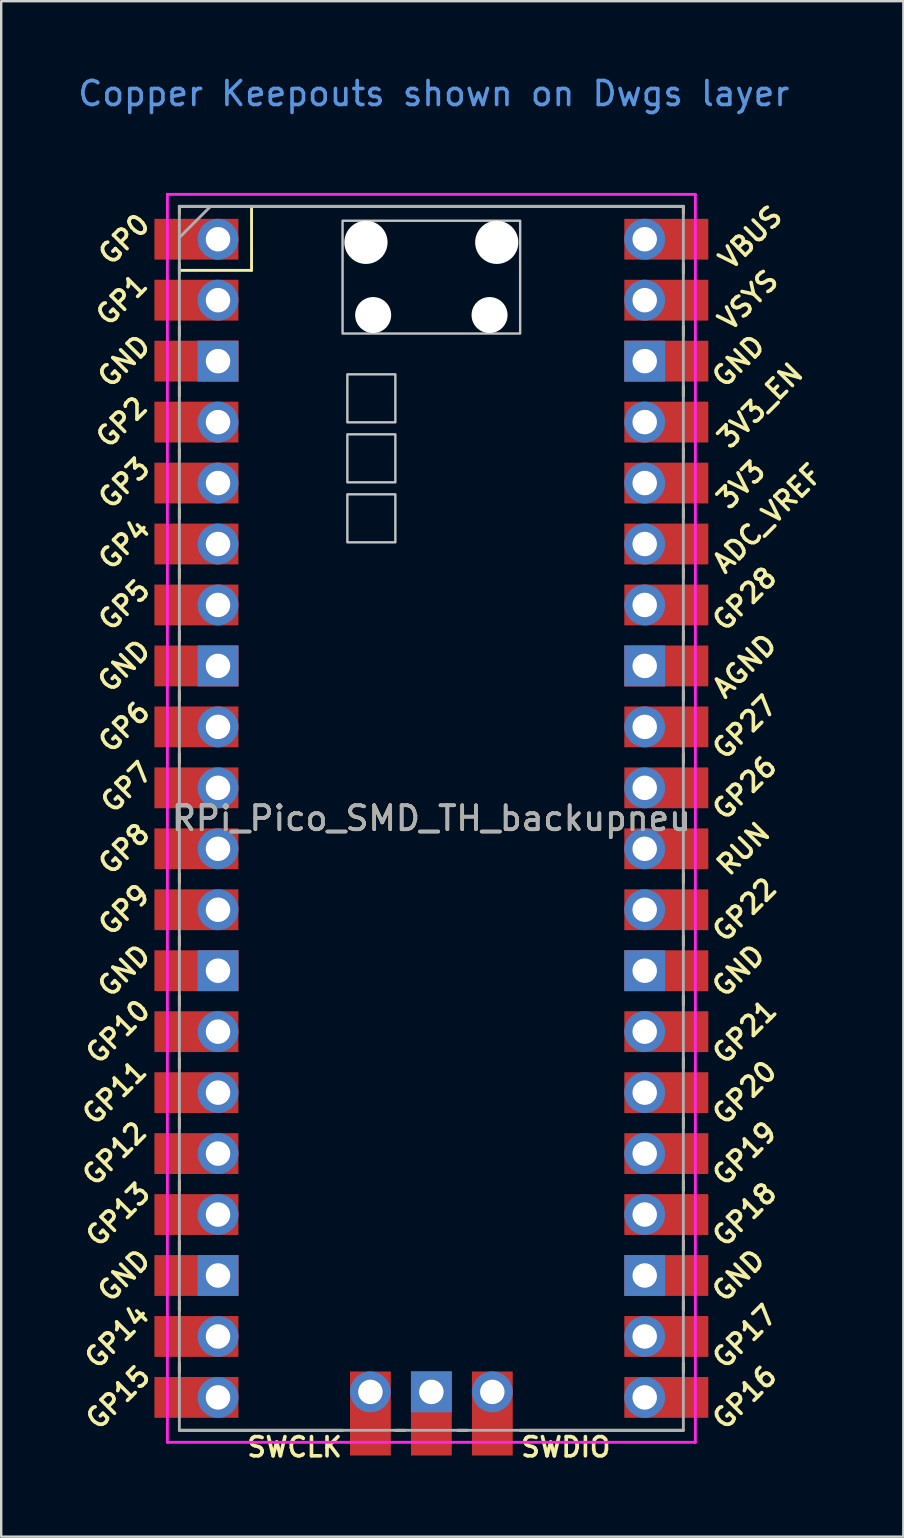
<source format=kicad_pcb>
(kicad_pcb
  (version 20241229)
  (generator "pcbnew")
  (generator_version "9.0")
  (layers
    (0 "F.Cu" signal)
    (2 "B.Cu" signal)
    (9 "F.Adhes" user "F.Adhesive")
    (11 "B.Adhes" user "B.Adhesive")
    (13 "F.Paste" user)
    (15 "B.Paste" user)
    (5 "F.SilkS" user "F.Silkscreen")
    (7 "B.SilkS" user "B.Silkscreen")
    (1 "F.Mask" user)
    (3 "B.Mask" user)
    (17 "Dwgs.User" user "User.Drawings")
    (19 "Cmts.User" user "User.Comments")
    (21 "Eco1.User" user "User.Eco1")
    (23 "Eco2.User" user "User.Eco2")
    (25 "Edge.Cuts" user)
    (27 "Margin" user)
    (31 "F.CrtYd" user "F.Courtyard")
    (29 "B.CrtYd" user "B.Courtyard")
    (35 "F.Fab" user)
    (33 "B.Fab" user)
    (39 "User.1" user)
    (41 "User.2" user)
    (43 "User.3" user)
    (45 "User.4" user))
  (footprint "RPi_Pico_SMD_TH_backupneu"
    (layer "F.Cu")
    (at 14.924 31.048)
    (property "Reference" "RPi_Pico_SMD_TH_backupneu" (at 0 0 0) (layer "F.SilkS") (effects (font (size 1 1) (thickness 0.15))))
    (attr through_hole)
    (fp_line (start -10.5 -25.5) (end -10.5 -25.2) (stroke (width 0.12) (type solid)) (layer "F.SilkS"))
    (fp_line (start -10.5 -25.5) (end 10.5 -25.5) (stroke (width 0.12) (type solid)) (layer "F.SilkS"))
    (fp_line (start -10.5 -23.1) (end -10.5 -22.7) (stroke (width 0.12) (type solid)) (layer "F.SilkS"))
    (fp_line (start -10.5 -22.833) (end -7.493 -22.833) (stroke (width 0.12) (type solid)) (layer "F.SilkS"))
    (fp_line (start -10.5 -20.5) (end -10.5 -20.1) (stroke (width 0.12) (type solid)) (layer "F.SilkS"))
    (fp_line (start -10.5 -18) (end -10.5 -17.6) (stroke (width 0.12) (type solid)) (layer "F.SilkS"))
    (fp_line (start -10.5 -15.4) (end -10.5 -15) (stroke (width 0.12) (type solid)) (layer "F.SilkS"))
    (fp_line (start -10.5 -12.9) (end -10.5 -12.5) (stroke (width 0.12) (type solid)) (layer "F.SilkS"))
    (fp_line (start -10.5 -10.4) (end -10.5 -10) (stroke (width 0.12) (type solid)) (layer "F.SilkS"))
    (fp_line (start -10.5 -7.8) (end -10.5 -7.4) (stroke (width 0.12) (type solid)) (layer "F.SilkS"))
    (fp_line (start -10.5 -5.3) (end -10.5 -4.9) (stroke (width 0.12) (type solid)) (layer "F.SilkS"))
    (fp_line (start -10.5 -2.7) (end -10.5 -2.3) (stroke (width 0.12) (type solid)) (layer "F.SilkS"))
    (fp_line (start -10.5 -0.2) (end -10.5 0.2) (stroke (width 0.12) (type solid)) (layer "F.SilkS"))
    (fp_line (start -10.5 2.3) (end -10.5 2.7) (stroke (width 0.12) (type solid)) (layer "F.SilkS"))
    (fp_line (start -10.5 4.9) (end -10.5 5.3) (stroke (width 0.12) (type solid)) (layer "F.SilkS"))
    (fp_line (start -10.5 7.4) (end -10.5 7.8) (stroke (width 0.12) (type solid)) (layer "F.SilkS"))
    (fp_line (start -10.5 10) (end -10.5 10.4) (stroke (width 0.12) (type solid)) (layer "F.SilkS"))
    (fp_line (start -10.5 12.5) (end -10.5 12.9) (stroke (width 0.12) (type solid)) (layer "F.SilkS"))
    (fp_line (start -10.5 15.1) (end -10.5 15.5) (stroke (width 0.12) (type solid)) (layer "F.SilkS"))
    (fp_line (start -10.5 17.6) (end -10.5 18) (stroke (width 0.12) (type solid)) (layer "F.SilkS"))
    (fp_line (start -10.5 20.1) (end -10.5 20.5) (stroke (width 0.12) (type solid)) (layer "F.SilkS"))
    (fp_line (start -10.5 22.7) (end -10.5 23.1) (stroke (width 0.12) (type solid)) (layer "F.SilkS"))
    (fp_line (start -7.493 -22.833) (end -7.493 -25.5) (stroke (width 0.12) (type solid)) (layer "F.SilkS"))
    (fp_line (start -3.7 25.5) (end -10.5 25.5) (stroke (width 0.12) (type solid)) (layer "F.SilkS"))
    (fp_line (start -1.5 25.5) (end -1.1 25.5) (stroke (width 0.12) (type solid)) (layer "F.SilkS"))
    (fp_line (start 1.1 25.5) (end 1.5 25.5) (stroke (width 0.12) (type solid)) (layer "F.SilkS"))
    (fp_line (start 10.5 -25.5) (end 10.5 -25.2) (stroke (width 0.12) (type solid)) (layer "F.SilkS"))
    (fp_line (start 10.5 -23.1) (end 10.5 -22.7) (stroke (width 0.12) (type solid)) (layer "F.SilkS"))
    (fp_line (start 10.5 -20.5) (end 10.5 -20.1) (stroke (width 0.12) (type solid)) (layer "F.SilkS"))
    (fp_line (start 10.5 -18) (end 10.5 -17.6) (stroke (width 0.12) (type solid)) (layer "F.SilkS"))
    (fp_line (start 10.5 -15.4) (end 10.5 -15) (stroke (width 0.12) (type solid)) (layer "F.SilkS"))
    (fp_line (start 10.5 -12.9) (end 10.5 -12.5) (stroke (width 0.12) (type solid)) (layer "F.SilkS"))
    (fp_line (start 10.5 -10.4) (end 10.5 -10) (stroke (width 0.12) (type solid)) (layer "F.SilkS"))
    (fp_line (start 10.5 -7.8) (end 10.5 -7.4) (stroke (width 0.12) (type solid)) (layer "F.SilkS"))
    (fp_line (start 10.5 -5.3) (end 10.5 -4.9) (stroke (width 0.12) (type solid)) (layer "F.SilkS"))
    (fp_line (start 10.5 -2.7) (end 10.5 -2.3) (stroke (width 0.12) (type solid)) (layer "F.SilkS"))
    (fp_line (start 10.5 -0.2) (end 10.5 0.2) (stroke (width 0.12) (type solid)) (layer "F.SilkS"))
    (fp_line (start 10.5 2.3) (end 10.5 2.7) (stroke (width 0.12) (type solid)) (layer "F.SilkS"))
    (fp_line (start 10.5 4.9) (end 10.5 5.3) (stroke (width 0.12) (type solid)) (layer "F.SilkS"))
    (fp_line (start 10.5 7.4) (end 10.5 7.8) (stroke (width 0.12) (type solid)) (layer "F.SilkS"))
    (fp_line (start 10.5 10) (end 10.5 10.4) (stroke (width 0.12) (type solid)) (layer "F.SilkS"))
    (fp_line (start 10.5 12.5) (end 10.5 12.9) (stroke (width 0.12) (type solid)) (layer "F.SilkS"))
    (fp_line (start 10.5 15.1) (end 10.5 15.5) (stroke (width 0.12) (type solid)) (layer "F.SilkS"))
    (fp_line (start 10.5 17.6) (end 10.5 18) (stroke (width 0.12) (type solid)) (layer "F.SilkS"))
    (fp_line (start 10.5 20.1) (end 10.5 20.5) (stroke (width 0.12) (type solid)) (layer "F.SilkS"))
    (fp_line (start 10.5 22.7) (end 10.5 23.1) (stroke (width 0.12) (type solid)) (layer "F.SilkS"))
    (fp_line (start 10.5 25.5) (end 3.7 25.5) (stroke (width 0.12) (type solid)) (layer "F.SilkS"))
    (fp_poly (pts (xy -1.5 -16.5) (xy -3.5 -16.5) (xy -3.5 -18.5) (xy -1.5 -18.5)) (stroke (width 0.1) (type solid)) (fill no) (layer "Dwgs.User"))
    (fp_poly (pts (xy -1.5 -14) (xy -3.5 -14) (xy -3.5 -16) (xy -1.5 -16)) (stroke (width 0.1) (type solid)) (fill no) (layer "Dwgs.User"))
    (fp_poly (pts (xy -1.5 -11.5) (xy -3.5 -11.5) (xy -3.5 -13.5) (xy -1.5 -13.5)) (stroke (width 0.1) (type solid)) (fill no) (layer "Dwgs.User"))
    (fp_poly (pts (xy 3.7 -20.2) (xy -3.7 -20.2) (xy -3.7 -24.9) (xy 3.7 -24.9)) (stroke (width 0.1) (type solid)) (fill no) (layer "Dwgs.User"))
    (fp_line (start -11 -26) (end 11 -26) (stroke (width 0.12) (type solid)) (layer "F.CrtYd"))
    (fp_line (start -11 26) (end -11 -26) (stroke (width 0.12) (type solid)) (layer "F.CrtYd"))
    (fp_line (start 11 -26) (end 11 26) (stroke (width 0.12) (type solid)) (layer "F.CrtYd"))
    (fp_line (start 11 26) (end -11 26) (stroke (width 0.12) (type solid)) (layer "F.CrtYd"))
    (fp_line (start -10.5 -25.5) (end 10.5 -25.5) (stroke (width 0.12) (type solid)) (layer "F.Fab"))
    (fp_line (start -10.5 -24.2) (end -9.2 -25.5) (stroke (width 0.12) (type solid)) (layer "F.Fab"))
    (fp_line (start -10.5 25.5) (end -10.5 -25.5) (stroke (width 0.12) (type solid)) (layer "F.Fab"))
    (fp_line (start 10.5 -25.5) (end 10.5 25.5) (stroke (width 0.12) (type solid)) (layer "F.Fab"))
    (fp_line (start 10.5 25.5) (end -10.5 25.5) (stroke (width 0.12) (type solid)) (layer "F.Fab"))
    (fp_text user "GP9" (at -12.8 3.81 45) (layer "F.SilkS") (effects (font (size 0.8 0.8) (thickness 0.15))))
    (fp_text user "GND" (at -12.8 -6.35 45) (layer "F.SilkS") (effects (font (size 0.8 0.8) (thickness 0.15))))
    (fp_text user "GP0" (at -12.8 -24.13 45) (layer "F.SilkS") (effects (font (size 0.8 0.8) (thickness 0.15))))
    (fp_text user "SWCLK" (at -5.7 26.2 0) (layer "F.SilkS") (effects (font (size 0.8 0.8) (thickness 0.15))))
    (fp_text user "GP1" (at -12.9 -21.6 45) (layer "F.SilkS") (effects (font (size 0.8 0.8) (thickness 0.15))))
    (fp_text user "GND" (at 12.8 -19.05 45) (layer "F.SilkS") (effects (font (size 0.8 0.8) (thickness 0.15))))
    (fp_text user "GP10" (at -13.054 8.89 45) (layer "F.SilkS") (effects (font (size 0.8 0.8) (thickness 0.15))))
    (fp_text user "GP14" (at -13.1 21.59 45) (layer "F.SilkS") (effects (font (size 0.8 0.8) (thickness 0.15))))
    (fp_text user "VSYS" (at 13.2 -21.59 45) (layer "F.SilkS") (effects (font (size 0.8 0.8) (thickness 0.15))))
    (fp_text user "GP28" (at 13.054 -9.144 45) (layer "F.SilkS") (effects (font (size 0.8 0.8) (thickness 0.15))))
    (fp_text user "GP4" (at -12.8 -11.43 45) (layer "F.SilkS") (effects (font (size 0.8 0.8) (thickness 0.15))))
    (fp_text user "GP18" (at 13.054 16.51 45) (layer "F.SilkS") (effects (font (size 0.8 0.8) (thickness 0.15))))
    (fp_text user "RUN" (at 13 1.27 45) (layer "F.SilkS") (effects (font (size 0.8 0.8) (thickness 0.15))))
    (fp_text user "GP27" (at 13.054 -3.8 45) (layer "F.SilkS") (effects (font (size 0.8 0.8) (thickness 0.15))))
    (fp_text user "GP20" (at 13.054 11.43 45) (layer "F.SilkS") (effects (font (size 0.8 0.8) (thickness 0.15))))
    (fp_text user "GP7" (at -12.7 -1.3 45) (layer "F.SilkS") (effects (font (size 0.8 0.8) (thickness 0.15))))
    (fp_text user "GP2" (at -12.9 -16.51 45) (layer "F.SilkS") (effects (font (size 0.8 0.8) (thickness 0.15))))
    (fp_text user "GND" (at 12.8 19.05 45) (layer "F.SilkS") (effects (font (size 0.8 0.8) (thickness 0.15))))
    (fp_text user "SWDIO" (at 5.6 26.2 0) (layer "F.SilkS") (effects (font (size 0.8 0.8) (thickness 0.15))))
    (fp_text user "GP19" (at 13.054 13.97 45) (layer "F.SilkS") (effects (font (size 0.8 0.8) (thickness 0.15))))
    (fp_text user "GND" (at -12.8 19.05 45) (layer "F.SilkS") (effects (font (size 0.8 0.8) (thickness 0.15))))
    (fp_text user "AGND" (at 13.054 -6.35 45) (layer "F.SilkS") (effects (font (size 0.8 0.8) (thickness 0.15))))
    (fp_text user "GP26" (at 13.054 -1.27 45) (layer "F.SilkS") (effects (font (size 0.8 0.8) (thickness 0.15))))
    (fp_text user "GP8" (at -12.8 1.27 45) (layer "F.SilkS") (effects (font (size 0.8 0.8) (thickness 0.15))))
    (fp_text user "GP6" (at -12.8 -3.81 45) (layer "F.SilkS") (effects (font (size 0.8 0.8) (thickness 0.15))))
    (fp_text user "GP3" (at -12.8 -13.97 45) (layer "F.SilkS") (effects (font (size 0.8 0.8) (thickness 0.15))))
    (fp_text user "GP13" (at -13.054 16.51 45) (layer "F.SilkS") (effects (font (size 0.8 0.8) (thickness 0.15))))
    (fp_text user "3V3" (at 12.9 -13.9 45) (layer "F.SilkS") (effects (font (size 0.8 0.8) (thickness 0.15))))
    (fp_text user "GP22" (at 13.054 3.81 45) (layer "F.SilkS") (effects (font (size 0.8 0.8) (thickness 0.15))))
    (fp_text user "GND" (at -12.8 6.35 45) (layer "F.SilkS") (effects (font (size 0.8 0.8) (thickness 0.15))))
    (fp_text user "GP17" (at 13.054 21.59 45) (layer "F.SilkS") (effects (font (size 0.8 0.8) (thickness 0.15))))
    (fp_text user "GP21" (at 13.054 8.9 45) (layer "F.SilkS") (effects (font (size 0.8 0.8) (thickness 0.15))))
    (fp_text user "GP16" (at 13.054 24.13 45) (layer "F.SilkS") (effects (font (size 0.8 0.8) (thickness 0.15))))
    (fp_text user "3V3_EN" (at 13.7 -17.2 45) (layer "F.SilkS") (effects (font (size 0.8 0.8) (thickness 0.15))))
    (fp_text user "VBUS" (at 13.3 -24.2 45) (layer "F.SilkS") (effects (font (size 0.8 0.8) (thickness 0.15))))
    (fp_text user "GND" (at 12.8 6.35 45) (layer "F.SilkS") (effects (font (size 0.8 0.8) (thickness 0.15))))
    (fp_text user "GP12" (at -13.2 13.97 45) (layer "F.SilkS") (effects (font (size 0.8 0.8) (thickness 0.15))))
    (fp_text user "GND" (at -12.8 -19.05 45) (layer "F.SilkS") (effects (font (size 0.8 0.8) (thickness 0.15))))
    (fp_text user "ADC_VREF" (at 14 -12.5 45) (layer "F.SilkS") (effects (font (size 0.8 0.8) (thickness 0.15))))
    (fp_text user "GP5" (at -12.8 -8.89 45) (layer "F.SilkS") (effects (font (size 0.8 0.8) (thickness 0.15))))
    (fp_text user "GP11" (at -13.2 11.43 45) (layer "F.SilkS") (effects (font (size 0.8 0.8) (thickness 0.15))))
    (fp_text user "GP15" (at -13.054 24.13 45) (layer "F.SilkS") (effects (font (size 0.8 0.8) (thickness 0.15))))
    (fp_text user "Copper Keepouts shown on Dwgs layer" (at 0.1 -30.2 0) (layer "Cmts.User") (effects (font (size 1 1) (thickness 0.15))))
    (fp_text user "${REFERENCE}" (at 0 0 180) (layer "F.Fab") (effects (font (size 1 1) (thickness 0.15))))
    (pad "" np_thru_hole oval (at -2.725 -24) (size 1.8 1.8) (drill 1.8) (layers "*.Cu" "*.Mask"))
    (pad "" np_thru_hole oval (at -2.425 -20.97) (size 1.5 1.5) (drill 1.5) (layers "*.Cu" "*.Mask"))
    (pad "" np_thru_hole oval (at 2.425 -20.97) (size 1.5 1.5) (drill 1.5) (layers "*.Cu" "*.Mask"))
    (pad "" np_thru_hole oval (at 2.725 -24) (size 1.8 1.8) (drill 1.8) (layers "*.Cu" "*.Mask"))
    (pad "1" thru_hole oval (at -8.89 -24.13) (size 1.7 1.7) (drill 1.02) (layers "*.Cu" "*.Mask"))
    (pad "1" smd rect (at -8.89 -24.13) (size 3.5 1.7) (drill (offset -0.9 0)) (layers "F.Cu" "F.Mask"))
    (pad "2" thru_hole oval (at -8.89 -21.59) (size 1.7 1.7) (drill 1.02) (layers "*.Cu" "*.Mask"))
    (pad "2" smd rect (at -8.89 -21.59) (size 3.5 1.7) (drill (offset -0.9 0)) (layers "F.Cu" "F.Mask"))
    (pad "3" thru_hole rect (at -8.89 -19.05) (size 1.7 1.7) (drill 1.02) (layers "*.Cu" "*.Mask"))
    (pad "3" smd rect (at -8.89 -19.05) (size 3.5 1.7) (drill (offset -0.9 0)) (layers "F.Cu" "F.Mask"))
    (pad "4" thru_hole oval (at -8.89 -16.51) (size 1.7 1.7) (drill 1.02) (layers "*.Cu" "*.Mask"))
    (pad "4" smd rect (at -8.89 -16.51) (size 3.5 1.7) (drill (offset -0.9 0)) (layers "F.Cu" "F.Mask"))
    (pad "5" thru_hole oval (at -8.89 -13.97) (size 1.7 1.7) (drill 1.02) (layers "*.Cu" "*.Mask"))
    (pad "5" smd rect (at -8.89 -13.97) (size 3.5 1.7) (drill (offset -0.9 0)) (layers "F.Cu" "F.Mask"))
    (pad "6" thru_hole oval (at -8.89 -11.43) (size 1.7 1.7) (drill 1.02) (layers "*.Cu" "*.Mask"))
    (pad "6" smd rect (at -8.89 -11.43) (size 3.5 1.7) (drill (offset -0.9 0)) (layers "F.Cu" "F.Mask"))
    (pad "7" thru_hole oval (at -8.89 -8.89) (size 1.7 1.7) (drill 1.02) (layers "*.Cu" "*.Mask"))
    (pad "7" smd rect (at -8.89 -8.89) (size 3.5 1.7) (drill (offset -0.9 0)) (layers "F.Cu" "F.Mask"))
    (pad "8" thru_hole rect (at -8.89 -6.35) (size 1.7 1.7) (drill 1.02) (layers "*.Cu" "*.Mask"))
    (pad "8" smd rect (at -8.89 -6.35) (size 3.5 1.7) (drill (offset -0.9 0)) (layers "F.Cu" "F.Mask"))
    (pad "9" thru_hole oval (at -8.89 -3.81) (size 1.7 1.7) (drill 1.02) (layers "*.Cu" "*.Mask"))
    (pad "9" smd rect (at -8.89 -3.81) (size 3.5 1.7) (drill (offset -0.9 0)) (layers "F.Cu" "F.Mask"))
    (pad "10" thru_hole oval (at -8.89 -1.27) (size 1.7 1.7) (drill 1.02) (layers "*.Cu" "*.Mask"))
    (pad "10" smd rect (at -8.89 -1.27) (size 3.5 1.7) (drill (offset -0.9 0)) (layers "F.Cu" "F.Mask"))
    (pad "11" thru_hole oval (at -8.89 1.27) (size 1.7 1.7) (drill 1.02) (layers "*.Cu" "*.Mask"))
    (pad "11" smd rect (at -8.89 1.27) (size 3.5 1.7) (drill (offset -0.9 0)) (layers "F.Cu" "F.Mask"))
    (pad "12" thru_hole oval (at -8.89 3.81) (size 1.7 1.7) (drill 1.02) (layers "*.Cu" "*.Mask"))
    (pad "12" smd rect (at -8.89 3.81) (size 3.5 1.7) (drill (offset -0.9 0)) (layers "F.Cu" "F.Mask"))
    (pad "13" thru_hole rect (at -8.89 6.35) (size 1.7 1.7) (drill 1.02) (layers "*.Cu" "*.Mask"))
    (pad "13" smd rect (at -8.89 6.35) (size 3.5 1.7) (drill (offset -0.9 0)) (layers "F.Cu" "F.Mask"))
    (pad "14" thru_hole oval (at -8.89 8.89) (size 1.7 1.7) (drill 1.02) (layers "*.Cu" "*.Mask"))
    (pad "14" smd rect (at -8.89 8.89) (size 3.5 1.7) (drill (offset -0.9 0)) (layers "F.Cu" "F.Mask"))
    (pad "15" thru_hole oval (at -8.89 11.43) (size 1.7 1.7) (drill 1.02) (layers "*.Cu" "*.Mask"))
    (pad "15" smd rect (at -8.89 11.43) (size 3.5 1.7) (drill (offset -0.9 0)) (layers "F.Cu" "F.Mask"))
    (pad "16" thru_hole oval (at -8.89 13.97) (size 1.7 1.7) (drill 1.02) (layers "*.Cu" "*.Mask"))
    (pad "16" smd rect (at -8.89 13.97) (size 3.5 1.7) (drill (offset -0.9 0)) (layers "F.Cu" "F.Mask"))
    (pad "17" thru_hole oval (at -8.89 16.51) (size 1.7 1.7) (drill 1.02) (layers "*.Cu" "*.Mask"))
    (pad "17" smd rect (at -8.89 16.51) (size 3.5 1.7) (drill (offset -0.9 0)) (layers "F.Cu" "F.Mask"))
    (pad "18" thru_hole rect (at -8.89 19.05) (size 1.7 1.7) (drill 1.02) (layers "*.Cu" "*.Mask"))
    (pad "18" smd rect (at -8.89 19.05) (size 3.5 1.7) (drill (offset -0.9 0)) (layers "F.Cu" "F.Mask"))
    (pad "19" thru_hole oval (at -8.89 21.59) (size 1.7 1.7) (drill 1.02) (layers "*.Cu" "*.Mask"))
    (pad "19" smd rect (at -8.89 21.59) (size 3.5 1.7) (drill (offset -0.9 0)) (layers "F.Cu" "F.Mask"))
    (pad "20" thru_hole oval (at -8.89 24.13) (size 1.7 1.7) (drill 1.02) (layers "*.Cu" "*.Mask"))
    (pad "20" smd rect (at -8.89 24.13) (size 3.5 1.7) (drill (offset -0.9 0)) (layers "F.Cu" "F.Mask"))
    (pad "21" thru_hole oval (at 8.89 24.13) (size 1.7 1.7) (drill 1.02) (layers "*.Cu" "*.Mask"))
    (pad "21" smd rect (at 8.89 24.13) (size 3.5 1.7) (drill (offset 0.9 0)) (layers "F.Cu" "F.Mask"))
    (pad "22" thru_hole oval (at 8.89 21.59) (size 1.7 1.7) (drill 1.02) (layers "*.Cu" "*.Mask"))
    (pad "22" smd rect (at 8.89 21.59) (size 3.5 1.7) (drill (offset 0.9 0)) (layers "F.Cu" "F.Mask"))
    (pad "23" thru_hole rect (at 8.89 19.05) (size 1.7 1.7) (drill 1.02) (layers "*.Cu" "*.Mask"))
    (pad "23" smd rect (at 8.89 19.05) (size 3.5 1.7) (drill (offset 0.9 0)) (layers "F.Cu" "F.Mask"))
    (pad "24" thru_hole oval (at 8.89 16.51) (size 1.7 1.7) (drill 1.02) (layers "*.Cu" "*.Mask"))
    (pad "24" smd rect (at 8.89 16.51) (size 3.5 1.7) (drill (offset 0.9 0)) (layers "F.Cu" "F.Mask"))
    (pad "25" thru_hole oval (at 8.89 13.97) (size 1.7 1.7) (drill 1.02) (layers "*.Cu" "*.Mask"))
    (pad "25" smd rect (at 8.89 13.97) (size 3.5 1.7) (drill (offset 0.9 0)) (layers "F.Cu" "F.Mask"))
    (pad "26" thru_hole oval (at 8.89 11.43) (size 1.7 1.7) (drill 1.02) (layers "*.Cu" "*.Mask"))
    (pad "26" smd rect (at 8.89 11.43) (size 3.5 1.7) (drill (offset 0.9 0)) (layers "F.Cu" "F.Mask"))
    (pad "27" thru_hole oval (at 8.89 8.89) (size 1.7 1.7) (drill 1.02) (layers "*.Cu" "*.Mask"))
    (pad "27" smd rect (at 8.89 8.89) (size 3.5 1.7) (drill (offset 0.9 0)) (layers "F.Cu" "F.Mask"))
    (pad "28" thru_hole rect (at 8.89 6.35) (size 1.7 1.7) (drill 1.02) (layers "*.Cu" "*.Mask"))
    (pad "28" smd rect (at 8.89 6.35) (size 3.5 1.7) (drill (offset 0.9 0)) (layers "F.Cu" "F.Mask"))
    (pad "29" thru_hole oval (at 8.89 3.81) (size 1.7 1.7) (drill 1.02) (layers "*.Cu" "*.Mask"))
    (pad "29" smd rect (at 8.89 3.81) (size 3.5 1.7) (drill (offset 0.9 0)) (layers "F.Cu" "F.Mask"))
    (pad "30" thru_hole oval (at 8.89 1.27) (size 1.7 1.7) (drill 1.02) (layers "*.Cu" "*.Mask"))
    (pad "30" smd rect (at 8.89 1.27) (size 3.5 1.7) (drill (offset 0.9 0)) (layers "F.Cu" "F.Mask"))
    (pad "31" thru_hole oval (at 8.89 -1.27) (size 1.7 1.7) (drill 1.02) (layers "*.Cu" "*.Mask"))
    (pad "31" smd rect (at 8.89 -1.27) (size 3.5 1.7) (drill (offset 0.9 0)) (layers "F.Cu" "F.Mask"))
    (pad "32" thru_hole oval (at 8.89 -3.81) (size 1.7 1.7) (drill 1.02) (layers "*.Cu" "*.Mask"))
    (pad "32" smd rect (at 8.89 -3.81) (size 3.5 1.7) (drill (offset 0.9 0)) (layers "F.Cu" "F.Mask"))
    (pad "33" thru_hole rect (at 8.89 -6.35) (size 1.7 1.7) (drill 1.02) (layers "*.Cu" "*.Mask"))
    (pad "33" smd rect (at 8.89 -6.35) (size 3.5 1.7) (drill (offset 0.9 0)) (layers "F.Cu" "F.Mask"))
    (pad "34" thru_hole oval (at 8.89 -8.89) (size 1.7 1.7) (drill 1.02) (layers "*.Cu" "*.Mask"))
    (pad "34" smd rect (at 8.89 -8.89) (size 3.5 1.7) (drill (offset 0.9 0)) (layers "F.Cu" "F.Mask"))
    (pad "35" thru_hole oval (at 8.89 -11.43) (size 1.7 1.7) (drill 1.02) (layers "*.Cu" "*.Mask"))
    (pad "35" smd rect (at 8.89 -11.43) (size 3.5 1.7) (drill (offset 0.9 0)) (layers "F.Cu" "F.Mask"))
    (pad "36" thru_hole oval (at 8.89 -13.97) (size 1.7 1.7) (drill 1.02) (layers "*.Cu" "*.Mask"))
    (pad "36" smd rect (at 8.89 -13.97) (size 3.5 1.7) (drill (offset 0.9 0)) (layers "F.Cu" "F.Mask"))
    (pad "37" thru_hole oval (at 8.89 -16.51) (size 1.7 1.7) (drill 1.02) (layers "*.Cu" "*.Mask"))
    (pad "37" smd rect (at 8.89 -16.51) (size 3.5 1.7) (drill (offset 0.9 0)) (layers "F.Cu" "F.Mask"))
    (pad "38" thru_hole rect (at 8.89 -19.05) (size 1.7 1.7) (drill 1.02) (layers "*.Cu" "*.Mask"))
    (pad "38" smd rect (at 8.89 -19.05) (size 3.5 1.7) (drill (offset 0.9 0)) (layers "F.Cu" "F.Mask"))
    (pad "39" thru_hole oval (at 8.89 -21.59) (size 1.7 1.7) (drill 1.02) (layers "*.Cu" "*.Mask"))
    (pad "39" smd rect (at 8.89 -21.59) (size 3.5 1.7) (drill (offset 0.9 0)) (layers "F.Cu" "F.Mask"))
    (pad "40" thru_hole oval (at 8.89 -24.13) (size 1.7 1.7) (drill 1.02) (layers "*.Cu" "*.Mask"))
    (pad "40" smd rect (at 8.89 -24.13) (size 3.5 1.7) (drill (offset 0.9 0)) (layers "F.Cu" "F.Mask"))
    (pad "41" thru_hole oval (at -2.54 23.9) (size 1.7 1.7) (drill 1.02) (layers "*.Cu" "*.Mask"))
    (pad "41" smd rect (at -2.54 23.9 90) (size 3.5 1.7) (drill (offset -0.9 0)) (layers "F.Cu" "F.Mask"))
    (pad "42" thru_hole rect (at 0 23.9) (size 1.7 1.7) (drill 1.02) (layers "*.Cu" "*.Mask"))
    (pad "42" smd rect (at 0 23.9 90) (size 3.5 1.7) (drill (offset -0.9 0)) (layers "F.Cu" "F.Mask"))
    (pad "43" thru_hole oval (at 2.54 23.9) (size 1.7 1.7) (drill 1.02) (layers "*.Cu" "*.Mask"))
    (pad "43" smd rect (at 2.54 23.9 90) (size 3.5 1.7) (drill (offset -0.9 0)) (layers "F.Cu" "F.Mask")))
  (gr_rect
    (start -3 -3)
    (end 34.591 60.98)
    (stroke (width 0.1) (type default))
    (fill no)
    (layer "Edge.Cuts")))
</source>
